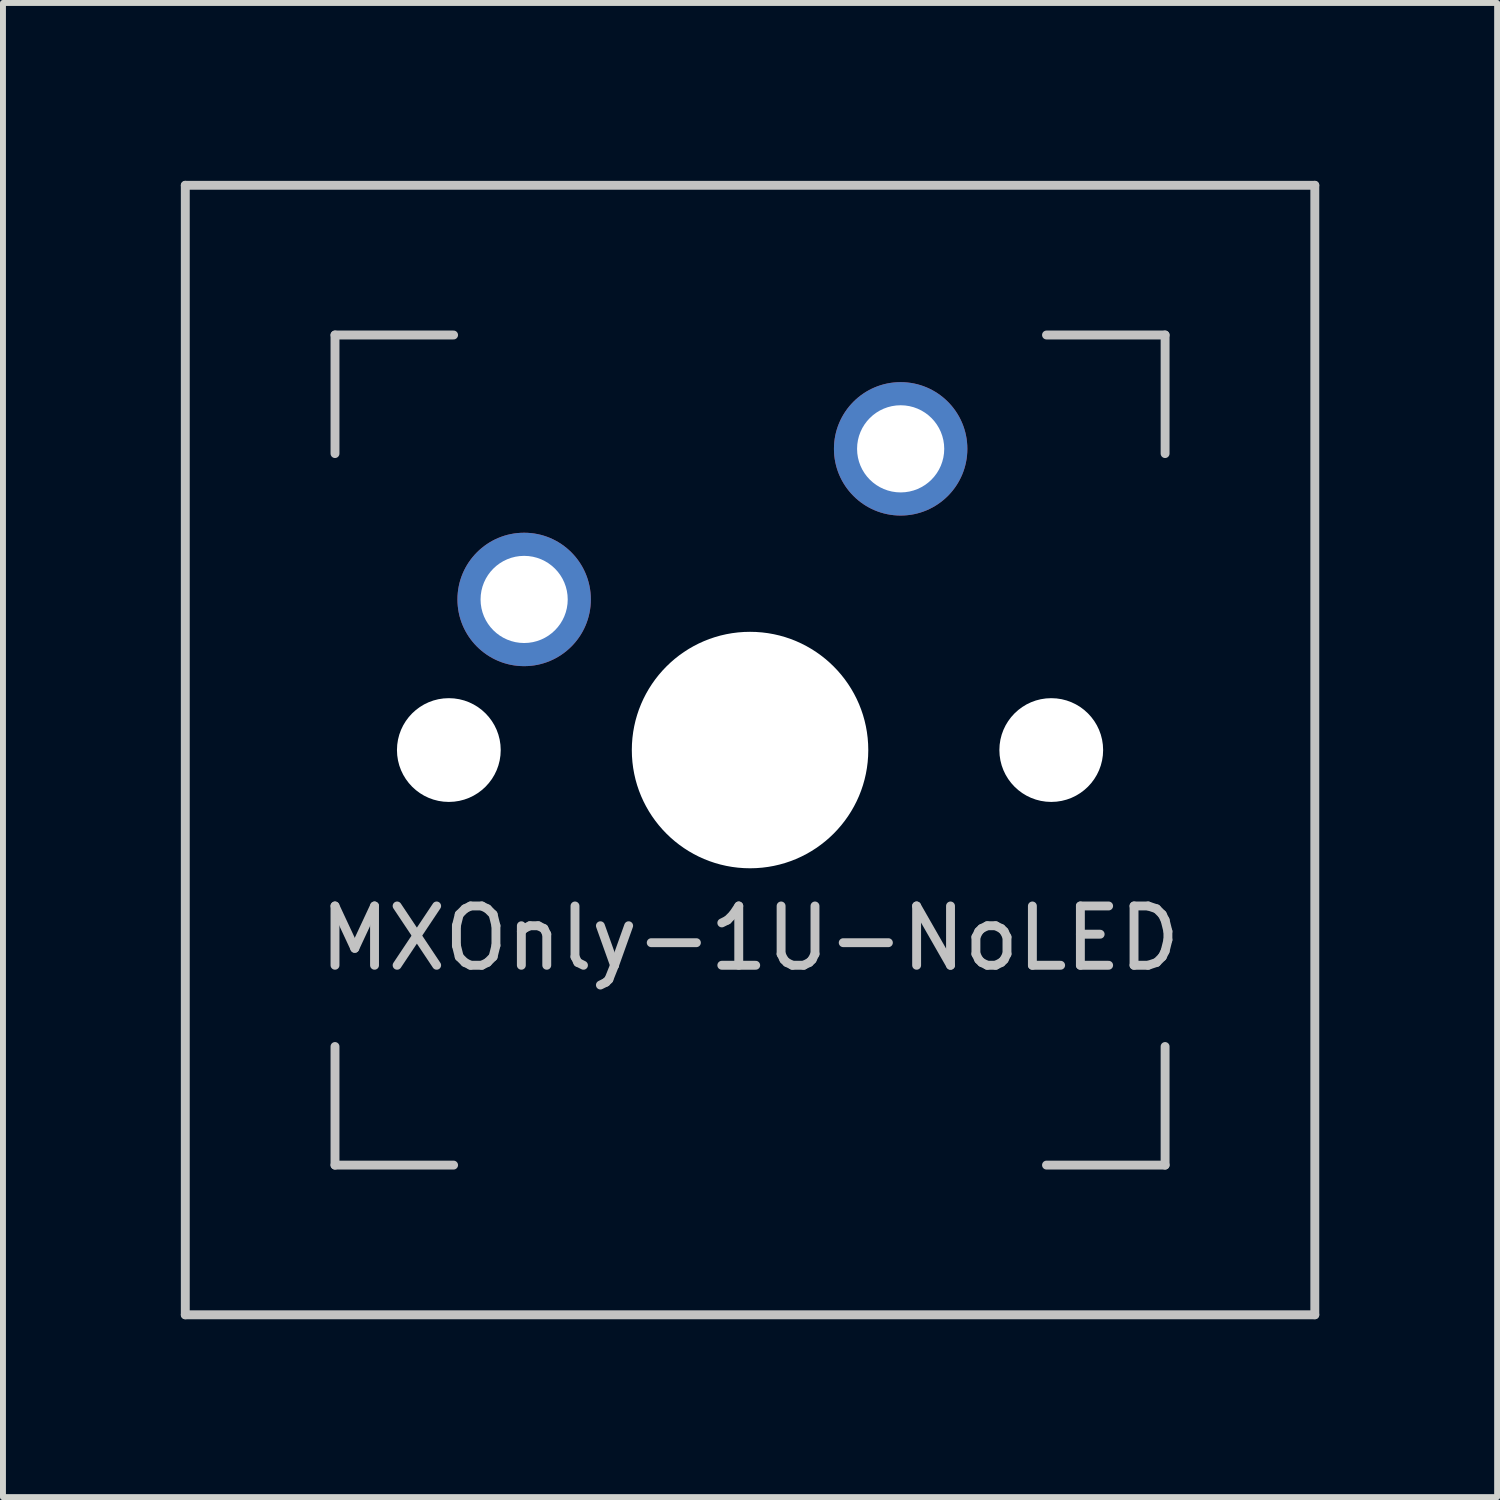
<source format=kicad_pcb>
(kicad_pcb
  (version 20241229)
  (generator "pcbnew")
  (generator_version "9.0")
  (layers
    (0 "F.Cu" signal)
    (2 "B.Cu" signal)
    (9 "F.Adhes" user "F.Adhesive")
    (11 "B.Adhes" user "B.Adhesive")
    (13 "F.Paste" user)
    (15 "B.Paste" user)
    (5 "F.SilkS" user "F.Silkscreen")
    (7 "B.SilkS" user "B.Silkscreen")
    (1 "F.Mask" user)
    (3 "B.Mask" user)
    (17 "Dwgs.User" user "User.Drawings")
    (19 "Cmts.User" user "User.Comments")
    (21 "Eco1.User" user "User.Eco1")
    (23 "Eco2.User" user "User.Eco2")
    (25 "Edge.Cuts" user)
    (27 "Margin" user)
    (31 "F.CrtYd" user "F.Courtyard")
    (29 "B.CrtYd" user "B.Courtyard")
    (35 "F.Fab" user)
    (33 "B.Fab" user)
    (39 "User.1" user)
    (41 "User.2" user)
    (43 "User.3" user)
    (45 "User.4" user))
  (footprint "MXOnly-1U-NoLED"
    (layer "F.Cu")
    (at 9.6 9.6)
    (property "Reference" "MXOnly-1U-NoLED" (at 0 3.175 0) (layer "Dwgs.User") (effects (font (size 1 1) (thickness 0.15))))
    (attr through_hole)
    (fp_circle (center -3.81 -2.54) (end -3.135 -2.54) (stroke (width 0.12) (type solid)) (fill yes) (layer "F.Mask"))
    (fp_circle (center 2.54 -5.08) (end 3.215 -5.08) (stroke (width 0.12) (type solid)) (fill yes) (layer "F.Mask"))
    (fp_line (start -9.525 -9.525) (end 9.525 -9.525) (stroke (width 0.15) (type solid)) (layer "Dwgs.User"))
    (fp_line (start -9.525 9.525) (end -9.525 -9.525) (stroke (width 0.15) (type solid)) (layer "Dwgs.User"))
    (fp_line (start -7 -7) (end -7 -5) (stroke (width 0.15) (type solid)) (layer "Dwgs.User"))
    (fp_line (start -7 5) (end -7 7) (stroke (width 0.15) (type solid)) (layer "Dwgs.User"))
    (fp_line (start -7 7) (end -5 7) (stroke (width 0.15) (type solid)) (layer "Dwgs.User"))
    (fp_line (start -5 -7) (end -7 -7) (stroke (width 0.15) (type solid)) (layer "Dwgs.User"))
    (fp_line (start 5 -7) (end 7 -7) (stroke (width 0.15) (type solid)) (layer "Dwgs.User"))
    (fp_line (start 5 7) (end 7 7) (stroke (width 0.15) (type solid)) (layer "Dwgs.User"))
    (fp_line (start 7 -7) (end 7 -5) (stroke (width 0.15) (type solid)) (layer "Dwgs.User"))
    (fp_line (start 7 7) (end 7 5) (stroke (width 0.15) (type solid)) (layer "Dwgs.User"))
    (fp_line (start 9.525 -9.525) (end 9.525 9.525) (stroke (width 0.15) (type solid)) (layer "Dwgs.User"))
    (fp_line (start 9.525 9.525) (end -9.525 9.525) (stroke (width 0.15) (type solid)) (layer "Dwgs.User"))
    (pad "" np_thru_hole circle (at -5.08 0 48.1) (size 1.75 1.75) (drill 1.75) (layers "*.Cu" "*.Mask"))
    (pad "" np_thru_hole circle (at 0 0) (size 3.988 3.988) (drill 3.988) (layers "*.Cu" "*.Mask"))
    (pad "" np_thru_hole circle (at 5.08 0 48.1) (size 1.75 1.75) (drill 1.75) (layers "*.Cu" "*.Mask"))
    (pad "1" thru_hole circle (at -3.81 -2.54 90) (size 2.25 2.25) (drill 1.47) (layers "*.Cu" "B.Mask"))
    (pad "2" thru_hole circle (at 2.54 -5.08) (size 2.25 2.25) (drill 1.47) (layers "*.Cu" "B.Mask")))
  (gr_rect
    (start -3 -3)
    (end 22.2 22.2)
    (stroke (width 0.1) (type default))
    (fill no)
    (layer "Edge.Cuts")))
</source>
